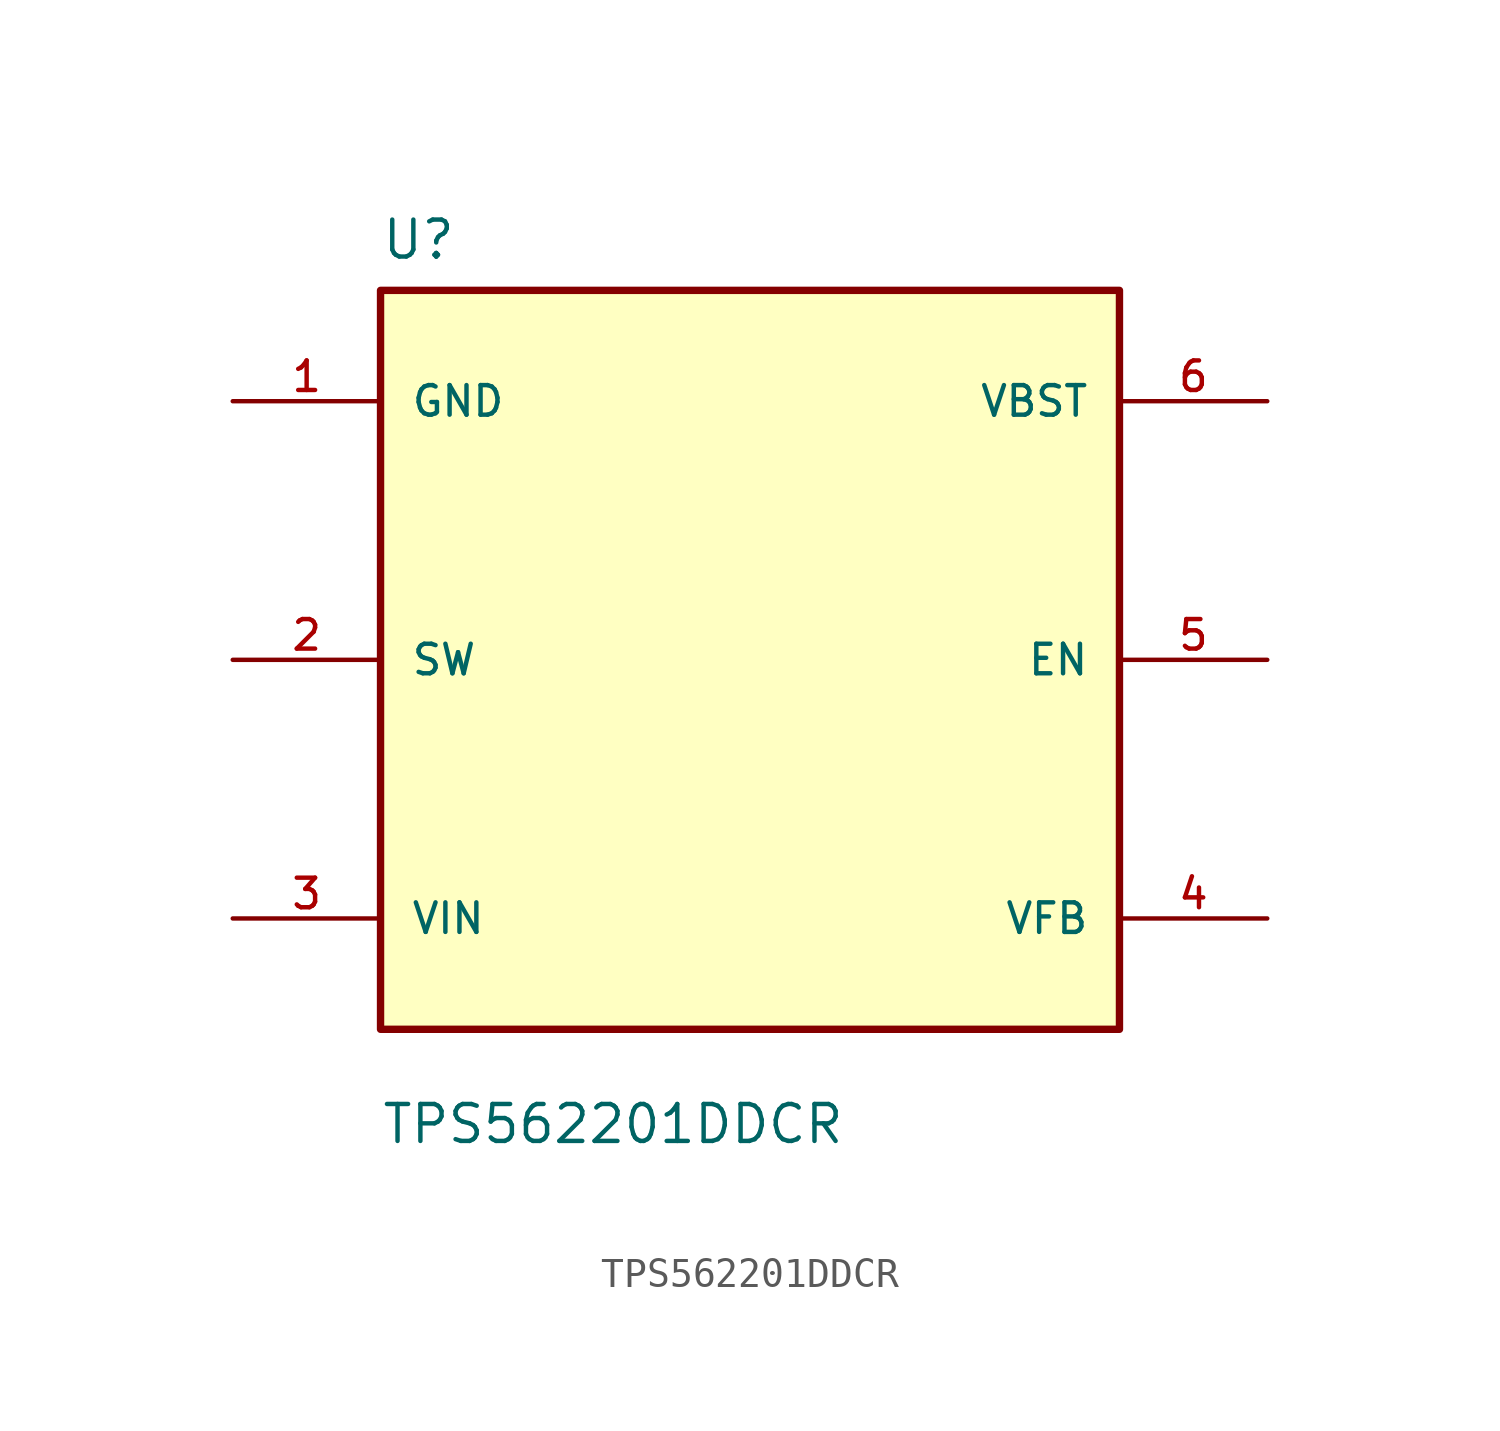
<source format=kicad_sym>
(kicad_symbol_lib
  (version 20241209)
  (generator "kicad_symbol_editor")
  (generator_version "9.0")
  (symbol "TPS562201DDCR"
    (pin_names
      (offset 1.016))
    (property "Reference" "U"
      (at -12.7 13.7 0)
      (effects (font (size 1.27 1.27)) (justify left bottom)))
    (property "Value" "TPS562201DDCR"
      (at -12.7 -16.7 0)
      (effects (font (size 1.27 1.27)) (justify left bottom)))
    (symbol "TPS562201DDCR_0_0"
      (rectangle (start -12.7 12.7) (end 12.7 -12.7) (stroke (width 0.254) (type default)) (fill (type background)))
      (pin power_in line (at -17.78 8.89 0) (length 5.08) (name "GND" (effects (font (size 1.016 1.016)))) (number "1" (effects (font (size 1.016 1.016)))))
      (pin bidirectional line (at -17.78 0 0) (length 5.08) (name "SW" (effects (font (size 1.016 1.016)))) (number "2" (effects (font (size 1.016 1.016)))))
      (pin power_in line (at -17.78 -8.89 0) (length 5.08) (name "VIN" (effects (font (size 1.016 1.016)))) (number "3" (effects (font (size 1.016 1.016)))))
      (pin input line (at 17.78 8.89 180) (length 5.08) (name "VBST" (effects (font (size 1.016 1.016)))) (number "6" (effects (font (size 1.016 1.016)))))
      (pin input line (at 17.78 0 180) (length 5.08) (name "EN" (effects (font (size 1.016 1.016)))) (number "5" (effects (font (size 1.016 1.016)))))
      (pin input line (at 17.78 -8.89 180) (length 5.08) (name "VFB" (effects (font (size 1.016 1.016)))) (number "4" (effects (font (size 1.016 1.016))))))))
</source>
